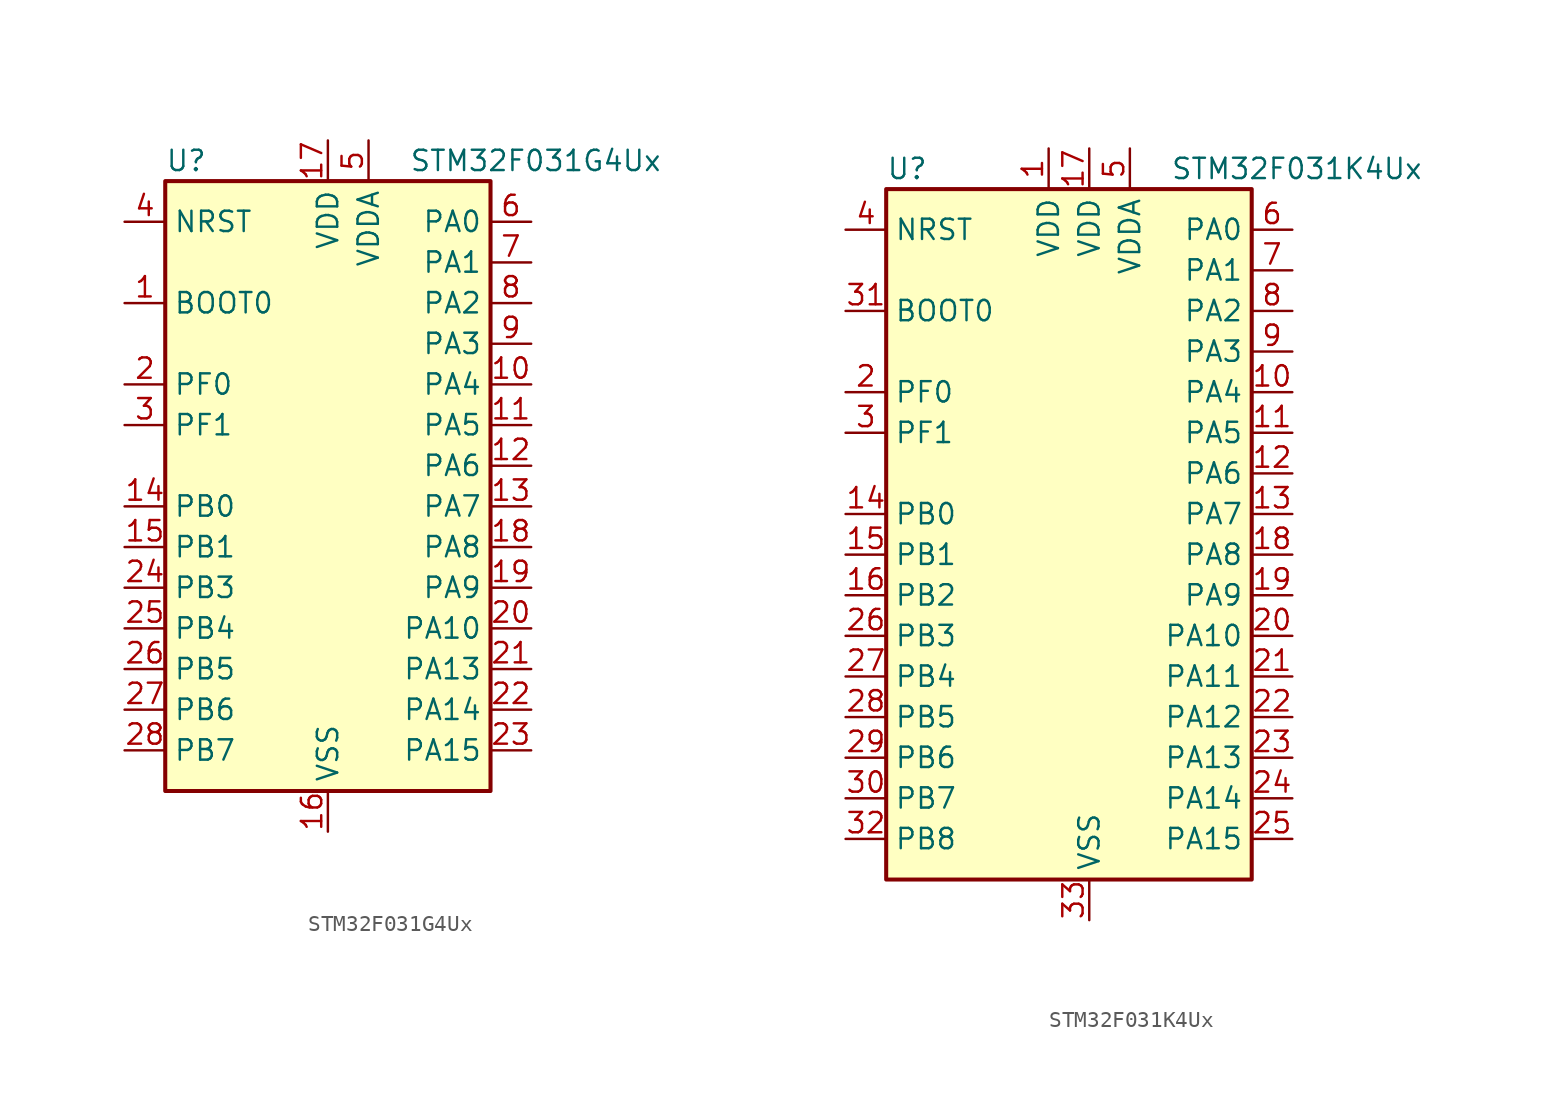
<source format=kicad_sym>
(kicad_symbol_lib
  (version 20211014)
  (generator kicad_symbol_editor)
  (symbol "STM32F031G4Ux"
    (property "Reference" "U"
      (at -10.16 19.05 0)
      (effects (font (size 1.27 1.27)) (justify left)))
    (property "Value" "STM32F031G4Ux"
      (at 5.08 19.05 0)
      (effects (font (size 1.27 1.27)) (justify left)))
    (symbol "STM32F031G4Ux_0_1"
      (rectangle (start -10.16 -20.32) (end 10.16 17.78) (stroke (width 0.254) (type default) (color 0 0 0 0)) (fill (type background))))
    (symbol "STM32F031G4Ux_1_1"
      (pin input line (at -12.7 10.16 0) (length 2.54) (name "BOOT0" (effects (font (size 1.27 1.27)))) (number "1" (effects (font (size 1.27 1.27)))))
      (pin bidirectional line (at 12.7 5.08 180) (length 2.54) (name "PA4" (effects (font (size 1.27 1.27)))) (number "10" (effects (font (size 1.27 1.27)))))
      (pin bidirectional line (at 12.7 2.54 180) (length 2.54) (name "PA5" (effects (font (size 1.27 1.27)))) (number "11" (effects (font (size 1.27 1.27)))))
      (pin bidirectional line (at 12.7 0 180) (length 2.54) (name "PA6" (effects (font (size 1.27 1.27)))) (number "12" (effects (font (size 1.27 1.27)))))
      (pin bidirectional line (at 12.7 -2.54 180) (length 2.54) (name "PA7" (effects (font (size 1.27 1.27)))) (number "13" (effects (font (size 1.27 1.27)))))
      (pin bidirectional line (at -12.7 -2.54 0) (length 2.54) (name "PB0" (effects (font (size 1.27 1.27)))) (number "14" (effects (font (size 1.27 1.27)))))
      (pin bidirectional line (at -12.7 -5.08 0) (length 2.54) (name "PB1" (effects (font (size 1.27 1.27)))) (number "15" (effects (font (size 1.27 1.27)))))
      (pin power_in line (at 0 -22.86 90) (length 2.54) (name "VSS" (effects (font (size 1.27 1.27)))) (number "16" (effects (font (size 1.27 1.27)))))
      (pin power_in line (at 0 20.32 270) (length 2.54) (name "VDD" (effects (font (size 1.27 1.27)))) (number "17" (effects (font (size 1.27 1.27)))))
      (pin bidirectional line (at 12.7 -5.08 180) (length 2.54) (name "PA8" (effects (font (size 1.27 1.27)))) (number "18" (effects (font (size 1.27 1.27)))))
      (pin bidirectional line (at 12.7 -7.62 180) (length 2.54) (name "PA9" (effects (font (size 1.27 1.27)))) (number "19" (effects (font (size 1.27 1.27)))))
      (pin input line (at -12.7 5.08 0) (length 2.54) (name "PF0" (effects (font (size 1.27 1.27)))) (number "2" (effects (font (size 1.27 1.27)))))
      (pin bidirectional line (at 12.7 -10.16 180) (length 2.54) (name "PA10" (effects (font (size 1.27 1.27)))) (number "20" (effects (font (size 1.27 1.27)))))
      (pin bidirectional line (at 12.7 -12.7 180) (length 2.54) (name "PA13" (effects (font (size 1.27 1.27)))) (number "21" (effects (font (size 1.27 1.27)))))
      (pin bidirectional line (at 12.7 -15.24 180) (length 2.54) (name "PA14" (effects (font (size 1.27 1.27)))) (number "22" (effects (font (size 1.27 1.27)))))
      (pin bidirectional line (at 12.7 -17.78 180) (length 2.54) (name "PA15" (effects (font (size 1.27 1.27)))) (number "23" (effects (font (size 1.27 1.27)))))
      (pin bidirectional line (at -12.7 -7.62 0) (length 2.54) (name "PB3" (effects (font (size 1.27 1.27)))) (number "24" (effects (font (size 1.27 1.27)))))
      (pin bidirectional line (at -12.7 -10.16 0) (length 2.54) (name "PB4" (effects (font (size 1.27 1.27)))) (number "25" (effects (font (size 1.27 1.27)))))
      (pin bidirectional line (at -12.7 -12.7 0) (length 2.54) (name "PB5" (effects (font (size 1.27 1.27)))) (number "26" (effects (font (size 1.27 1.27)))))
      (pin bidirectional line (at -12.7 -15.24 0) (length 2.54) (name "PB6" (effects (font (size 1.27 1.27)))) (number "27" (effects (font (size 1.27 1.27)))))
      (pin bidirectional line (at -12.7 -17.78 0) (length 2.54) (name "PB7" (effects (font (size 1.27 1.27)))) (number "28" (effects (font (size 1.27 1.27)))))
      (pin input line (at -12.7 2.54 0) (length 2.54) (name "PF1" (effects (font (size 1.27 1.27)))) (number "3" (effects (font (size 1.27 1.27)))))
      (pin input line (at -12.7 15.24 0) (length 2.54) (name "NRST" (effects (font (size 1.27 1.27)))) (number "4" (effects (font (size 1.27 1.27)))))
      (pin power_in line (at 2.54 20.32 270) (length 2.54) (name "VDDA" (effects (font (size 1.27 1.27)))) (number "5" (effects (font (size 1.27 1.27)))))
      (pin bidirectional line (at 12.7 15.24 180) (length 2.54) (name "PA0" (effects (font (size 1.27 1.27)))) (number "6" (effects (font (size 1.27 1.27)))))
      (pin bidirectional line (at 12.7 12.7 180) (length 2.54) (name "PA1" (effects (font (size 1.27 1.27)))) (number "7" (effects (font (size 1.27 1.27)))))
      (pin bidirectional line (at 12.7 10.16 180) (length 2.54) (name "PA2" (effects (font (size 1.27 1.27)))) (number "8" (effects (font (size 1.27 1.27)))))
      (pin bidirectional line (at 12.7 7.62 180) (length 2.54) (name "PA3" (effects (font (size 1.27 1.27)))) (number "9" (effects (font (size 1.27 1.27)))))))
  (symbol "STM32F031K4Ux"
    (property "Reference" "U"
      (at -12.7 21.59 0)
      (effects (font (size 1.27 1.27)) (justify left)))
    (property "Value" "STM32F031K4Ux"
      (at 5.08 21.59 0)
      (effects (font (size 1.27 1.27)) (justify left)))
    (symbol "STM32F031K4Ux_0_1"
      (rectangle (start -12.7 -22.86) (end 10.16 20.32) (stroke (width 0.254) (type default) (color 0 0 0 0)) (fill (type background))))
    (symbol "STM32F031K4Ux_1_1"
      (pin power_in line (at -2.54 22.86 270) (length 2.54) (name "VDD" (effects (font (size 1.27 1.27)))) (number "1" (effects (font (size 1.27 1.27)))))
      (pin bidirectional line (at 12.7 7.62 180) (length 2.54) (name "PA4" (effects (font (size 1.27 1.27)))) (number "10" (effects (font (size 1.27 1.27)))))
      (pin bidirectional line (at 12.7 5.08 180) (length 2.54) (name "PA5" (effects (font (size 1.27 1.27)))) (number "11" (effects (font (size 1.27 1.27)))))
      (pin bidirectional line (at 12.7 2.54 180) (length 2.54) (name "PA6" (effects (font (size 1.27 1.27)))) (number "12" (effects (font (size 1.27 1.27)))))
      (pin bidirectional line (at 12.7 0 180) (length 2.54) (name "PA7" (effects (font (size 1.27 1.27)))) (number "13" (effects (font (size 1.27 1.27)))))
      (pin bidirectional line (at -15.24 0 0) (length 2.54) (name "PB0" (effects (font (size 1.27 1.27)))) (number "14" (effects (font (size 1.27 1.27)))))
      (pin bidirectional line (at -15.24 -2.54 0) (length 2.54) (name "PB1" (effects (font (size 1.27 1.27)))) (number "15" (effects (font (size 1.27 1.27)))))
      (pin bidirectional line (at -15.24 -5.08 0) (length 2.54) (name "PB2" (effects (font (size 1.27 1.27)))) (number "16" (effects (font (size 1.27 1.27)))))
      (pin power_in line (at 0 22.86 270) (length 2.54) (name "VDD" (effects (font (size 1.27 1.27)))) (number "17" (effects (font (size 1.27 1.27)))))
      (pin bidirectional line (at 12.7 -2.54 180) (length 2.54) (name "PA8" (effects (font (size 1.27 1.27)))) (number "18" (effects (font (size 1.27 1.27)))))
      (pin bidirectional line (at 12.7 -5.08 180) (length 2.54) (name "PA9" (effects (font (size 1.27 1.27)))) (number "19" (effects (font (size 1.27 1.27)))))
      (pin input line (at -15.24 7.62 0) (length 2.54) (name "PF0" (effects (font (size 1.27 1.27)))) (number "2" (effects (font (size 1.27 1.27)))))
      (pin bidirectional line (at 12.7 -7.62 180) (length 2.54) (name "PA10" (effects (font (size 1.27 1.27)))) (number "20" (effects (font (size 1.27 1.27)))))
      (pin bidirectional line (at 12.7 -10.16 180) (length 2.54) (name "PA11" (effects (font (size 1.27 1.27)))) (number "21" (effects (font (size 1.27 1.27)))))
      (pin bidirectional line (at 12.7 -12.7 180) (length 2.54) (name "PA12" (effects (font (size 1.27 1.27)))) (number "22" (effects (font (size 1.27 1.27)))))
      (pin bidirectional line (at 12.7 -15.24 180) (length 2.54) (name "PA13" (effects (font (size 1.27 1.27)))) (number "23" (effects (font (size 1.27 1.27)))))
      (pin bidirectional line (at 12.7 -17.78 180) (length 2.54) (name "PA14" (effects (font (size 1.27 1.27)))) (number "24" (effects (font (size 1.27 1.27)))))
      (pin bidirectional line (at 12.7 -20.32 180) (length 2.54) (name "PA15" (effects (font (size 1.27 1.27)))) (number "25" (effects (font (size 1.27 1.27)))))
      (pin bidirectional line (at -15.24 -7.62 0) (length 2.54) (name "PB3" (effects (font (size 1.27 1.27)))) (number "26" (effects (font (size 1.27 1.27)))))
      (pin bidirectional line (at -15.24 -10.16 0) (length 2.54) (name "PB4" (effects (font (size 1.27 1.27)))) (number "27" (effects (font (size 1.27 1.27)))))
      (pin bidirectional line (at -15.24 -12.7 0) (length 2.54) (name "PB5" (effects (font (size 1.27 1.27)))) (number "28" (effects (font (size 1.27 1.27)))))
      (pin bidirectional line (at -15.24 -15.24 0) (length 2.54) (name "PB6" (effects (font (size 1.27 1.27)))) (number "29" (effects (font (size 1.27 1.27)))))
      (pin input line (at -15.24 5.08 0) (length 2.54) (name "PF1" (effects (font (size 1.27 1.27)))) (number "3" (effects (font (size 1.27 1.27)))))
      (pin bidirectional line (at -15.24 -17.78 0) (length 2.54) (name "PB7" (effects (font (size 1.27 1.27)))) (number "30" (effects (font (size 1.27 1.27)))))
      (pin input line (at -15.24 12.7 0) (length 2.54) (name "BOOT0" (effects (font (size 1.27 1.27)))) (number "31" (effects (font (size 1.27 1.27)))))
      (pin bidirectional line (at -15.24 -20.32 0) (length 2.54) (name "PB8" (effects (font (size 1.27 1.27)))) (number "32" (effects (font (size 1.27 1.27)))))
      (pin power_in line (at 0 -25.4 90) (length 2.54) (name "VSS" (effects (font (size 1.27 1.27)))) (number "33" (effects (font (size 1.27 1.27)))))
      (pin input line (at -15.24 17.78 0) (length 2.54) (name "NRST" (effects (font (size 1.27 1.27)))) (number "4" (effects (font (size 1.27 1.27)))))
      (pin power_in line (at 2.54 22.86 270) (length 2.54) (name "VDDA" (effects (font (size 1.27 1.27)))) (number "5" (effects (font (size 1.27 1.27)))))
      (pin bidirectional line (at 12.7 17.78 180) (length 2.54) (name "PA0" (effects (font (size 1.27 1.27)))) (number "6" (effects (font (size 1.27 1.27)))))
      (pin bidirectional line (at 12.7 15.24 180) (length 2.54) (name "PA1" (effects (font (size 1.27 1.27)))) (number "7" (effects (font (size 1.27 1.27)))))
      (pin bidirectional line (at 12.7 12.7 180) (length 2.54) (name "PA2" (effects (font (size 1.27 1.27)))) (number "8" (effects (font (size 1.27 1.27)))))
      (pin bidirectional line (at 12.7 10.16 180) (length 2.54) (name "PA3" (effects (font (size 1.27 1.27)))) (number "9" (effects (font (size 1.27 1.27))))))))
</source>
